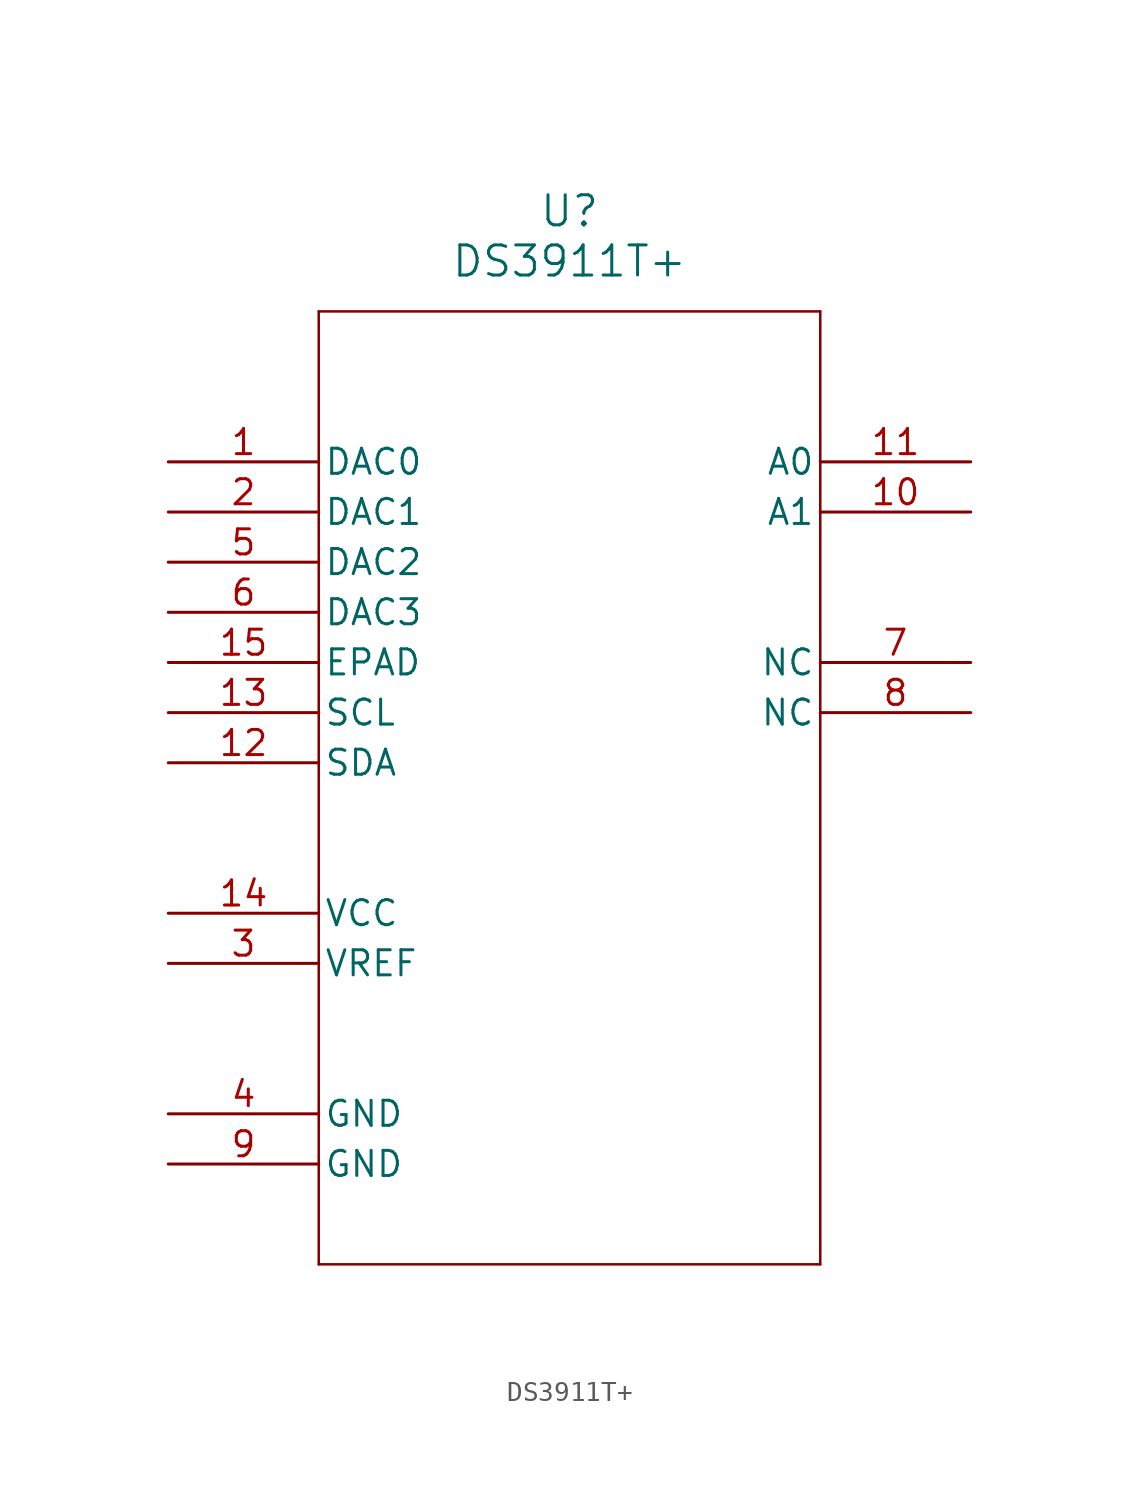
<source format=kicad_sym>
(kicad_symbol_lib
  (version 20211014)
  (generator kicad_symbol_editor)
  (symbol "DS3911T+"
    (pin_names
      (offset 0.254))
    (property "Reference" "U"
      (at 20.32 12.7 0)
      (effects (font (size 1.524 1.524))))
    (property "Value" "DS3911T+"
      (at 20.32 10.16 0)
      (effects (font (size 1.524 1.524))))
    (symbol "DS3911T+_0_1"
      (polyline (pts (xy 7.62 7.62) (xy 7.62 -40.64)) (stroke (width 0.127) (type default) (color 0 0 0 0)) (fill (type none)))
      (polyline (pts (xy 7.62 -40.64) (xy 33.02 -40.64)) (stroke (width 0.127) (type default) (color 0 0 0 0)) (fill (type none)))
      (polyline (pts (xy 33.02 -40.64) (xy 33.02 7.62)) (stroke (width 0.127) (type default) (color 0 0 0 0)) (fill (type none)))
      (polyline (pts (xy 33.02 7.62) (xy 7.62 7.62)) (stroke (width 0.127) (type default) (color 0 0 0 0)) (fill (type none)))
      (pin bidirectional line (at 0 0 0) (length 7.62) (name "DAC0" (effects (font (size 1.27 1.27)))) (number "1" (effects (font (size 1.27 1.27)))))
      (pin bidirectional line (at 0 -2.54 0) (length 7.62) (name "DAC1" (effects (font (size 1.27 1.27)))) (number "2" (effects (font (size 1.27 1.27)))))
      (pin power_in line (at 0 -25.4 0) (length 7.62) (name "VREF" (effects (font (size 1.27 1.27)))) (number "3" (effects (font (size 1.27 1.27)))))
      (pin power_in line (at 0 -33.02 0) (length 7.62) (name "GND" (effects (font (size 1.27 1.27)))) (number "4" (effects (font (size 1.27 1.27)))))
      (pin bidirectional line (at 0 -5.08 0) (length 7.62) (name "DAC2" (effects (font (size 1.27 1.27)))) (number "5" (effects (font (size 1.27 1.27)))))
      (pin bidirectional line (at 0 -7.62 0) (length 7.62) (name "DAC3" (effects (font (size 1.27 1.27)))) (number "6" (effects (font (size 1.27 1.27)))))
      (pin unspecified line (at 40.64 -10.16 180) (length 7.62) (name "NC" (effects (font (size 1.27 1.27)))) (number "7" (effects (font (size 1.27 1.27)))))
      (pin unspecified line (at 40.64 -12.7 180) (length 7.62) (name "NC" (effects (font (size 1.27 1.27)))) (number "8" (effects (font (size 1.27 1.27)))))
      (pin power_in line (at 0 -35.56 0) (length 7.62) (name "GND" (effects (font (size 1.27 1.27)))) (number "9" (effects (font (size 1.27 1.27)))))
      (pin bidirectional line (at 40.64 -2.54 180) (length 7.62) (name "A1" (effects (font (size 1.27 1.27)))) (number "10" (effects (font (size 1.27 1.27)))))
      (pin bidirectional line (at 40.64 0 180) (length 7.62) (name "A0" (effects (font (size 1.27 1.27)))) (number "11" (effects (font (size 1.27 1.27)))))
      (pin bidirectional line (at 0 -15.24 0) (length 7.62) (name "SDA" (effects (font (size 1.27 1.27)))) (number "12" (effects (font (size 1.27 1.27)))))
      (pin bidirectional line (at 0 -12.7 0) (length 7.62) (name "SCL" (effects (font (size 1.27 1.27)))) (number "13" (effects (font (size 1.27 1.27)))))
      (pin power_in line (at 0 -22.86 0) (length 7.62) (name "VCC" (effects (font (size 1.27 1.27)))) (number "14" (effects (font (size 1.27 1.27)))))
      (pin unspecified line (at 0 -10.16 0) (length 7.62) (name "EPAD" (effects (font (size 1.27 1.27)))) (number "15" (effects (font (size 1.27 1.27))))))))
</source>
